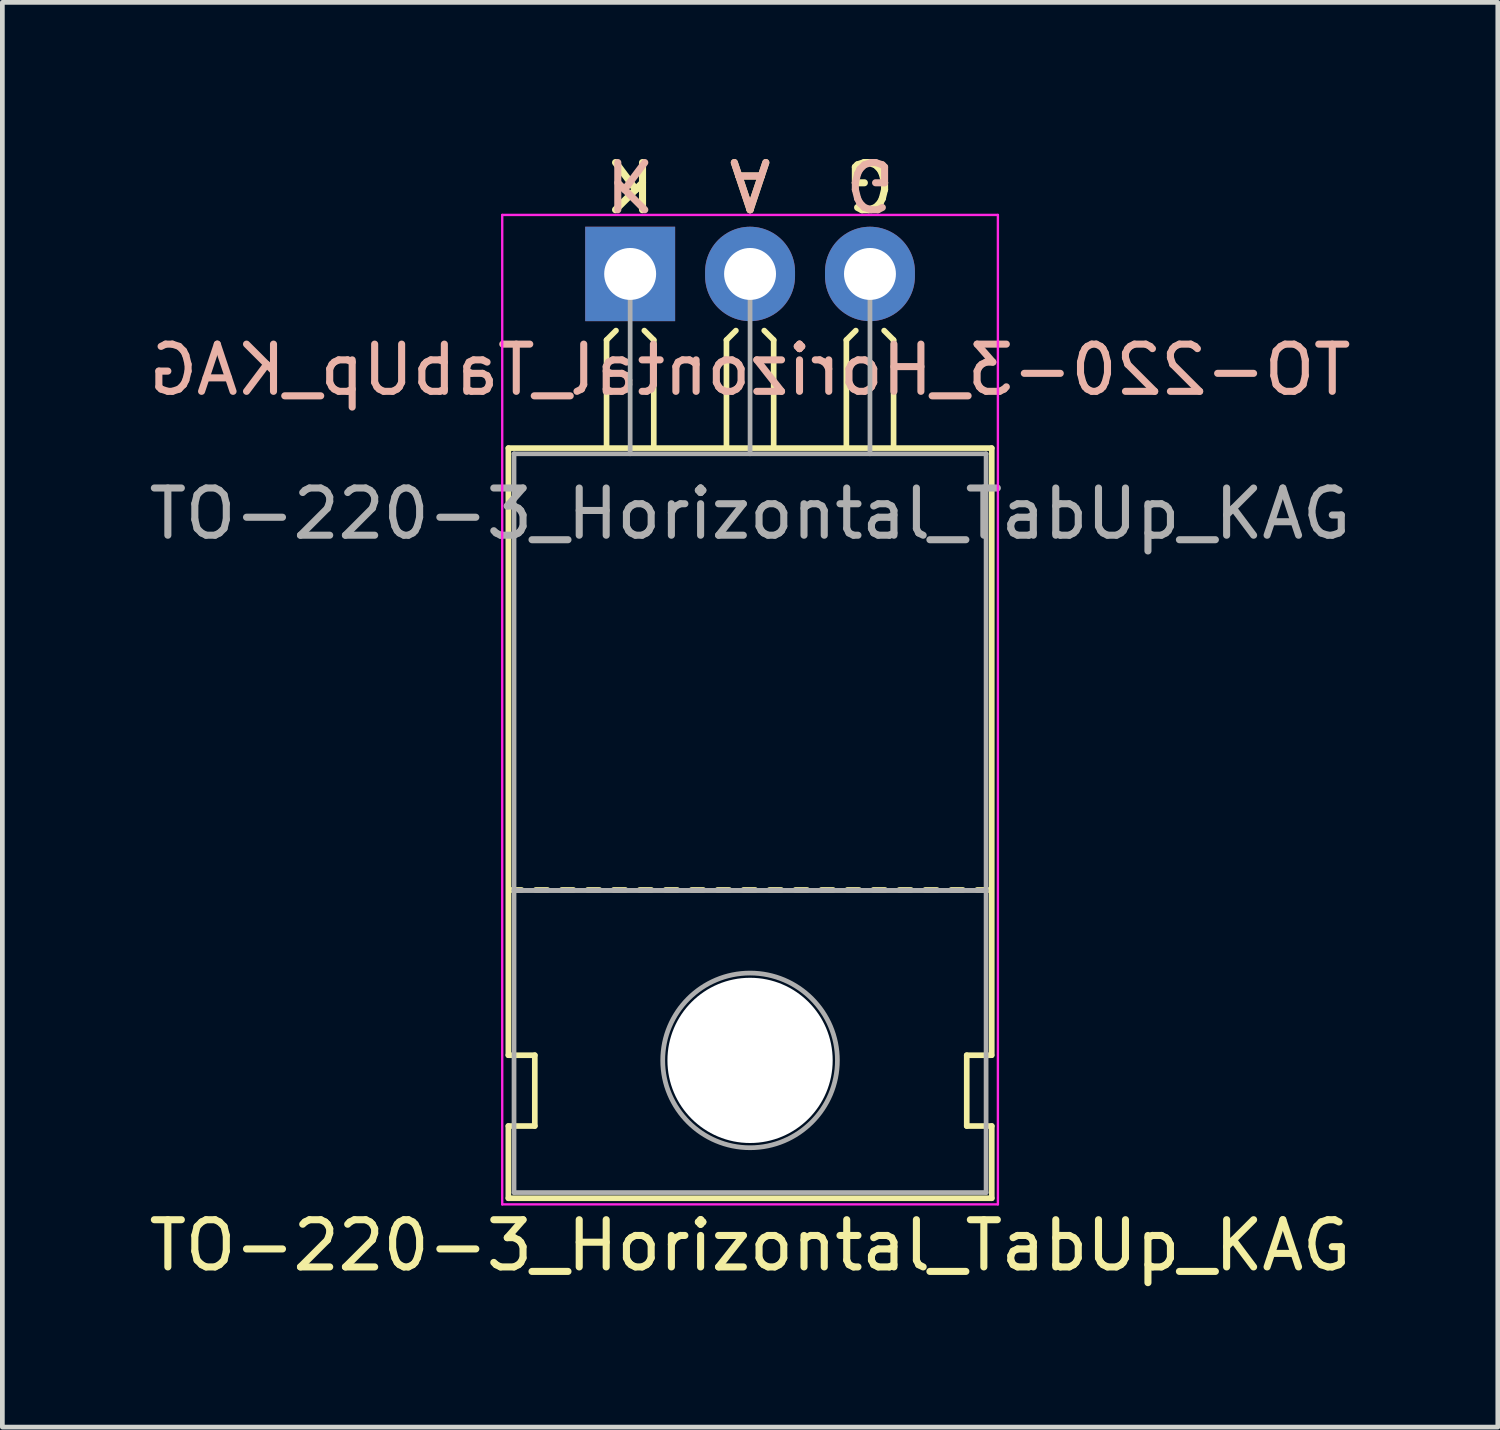
<source format=kicad_pcb>
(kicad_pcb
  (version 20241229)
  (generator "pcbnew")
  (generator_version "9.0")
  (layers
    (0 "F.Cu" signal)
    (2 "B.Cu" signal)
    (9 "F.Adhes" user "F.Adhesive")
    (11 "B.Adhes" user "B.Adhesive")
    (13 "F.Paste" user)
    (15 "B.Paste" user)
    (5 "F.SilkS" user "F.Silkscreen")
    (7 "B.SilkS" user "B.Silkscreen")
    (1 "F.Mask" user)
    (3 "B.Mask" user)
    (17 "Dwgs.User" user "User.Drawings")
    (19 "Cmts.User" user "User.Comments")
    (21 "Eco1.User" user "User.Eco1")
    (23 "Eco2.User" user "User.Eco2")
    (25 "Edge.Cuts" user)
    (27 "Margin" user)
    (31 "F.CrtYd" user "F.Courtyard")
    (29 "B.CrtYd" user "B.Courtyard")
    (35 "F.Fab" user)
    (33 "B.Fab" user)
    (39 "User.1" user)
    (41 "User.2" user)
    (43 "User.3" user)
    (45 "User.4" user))
  (footprint "TO-220-3_Horizontal_TabUp_KAG"
    (layer "F.Cu")
    (at 10.299 2.753)
    (property "Reference" "TO-220-3_Horizontal_TabUp_KAG" (at 2.54 20.58 0) (layer "F.SilkS") (effects (font (size 1 1) (thickness 0.15))))
    (fp_line (start -2.58 16.55) (end -2.58 3.69) (stroke (width 0.12) (type solid)) (layer "F.SilkS"))
    (fp_line (start -2.58 16.55) (end -2.02 16.55) (stroke (width 0.12) (type solid)) (layer "F.SilkS"))
    (fp_line (start -2.58 19.58) (end -2.58 18.05) (stroke (width 0.12) (type solid)) (layer "F.SilkS"))
    (fp_line (start -2.3 13.05) (end -2.55 13.05) (stroke (width 0.12) (type solid)) (layer "F.SilkS"))
    (fp_line (start -2.02 16.55) (end -2.02 18.05) (stroke (width 0.12) (type solid)) (layer "F.SilkS"))
    (fp_line (start -2.02 18.05) (end -2.58 18.05) (stroke (width 0.12) (type solid)) (layer "F.SilkS"))
    (fp_line (start -1.75 13.05) (end -2 13.05) (stroke (width 0.12) (type solid)) (layer "F.SilkS"))
    (fp_line (start -1.2 13.05) (end -1.45 13.05) (stroke (width 0.12) (type solid)) (layer "F.SilkS"))
    (fp_line (start -0.65 13.05) (end -0.9 13.05) (stroke (width 0.12) (type solid)) (layer "F.SilkS"))
    (fp_line (start -0.5 1.4) (end -0.3 1.2) (stroke (width 0.12) (type solid)) (layer "F.SilkS"))
    (fp_line (start -0.5 3.65) (end -0.5 1.4) (stroke (width 0.12) (type solid)) (layer "F.SilkS"))
    (fp_line (start -0.1 13.05) (end -0.35 13.05) (stroke (width 0.12) (type solid)) (layer "F.SilkS"))
    (fp_line (start 0.45 13.05) (end 0.2 13.05) (stroke (width 0.12) (type solid)) (layer "F.SilkS"))
    (fp_line (start 0.5 1.4) (end 0.3 1.2) (stroke (width 0.12) (type solid)) (layer "F.SilkS"))
    (fp_line (start 0.5 3.65) (end 0.5 1.4) (stroke (width 0.12) (type solid)) (layer "F.SilkS"))
    (fp_line (start 1 13.05) (end 0.75 13.05) (stroke (width 0.12) (type solid)) (layer "F.SilkS"))
    (fp_line (start 1.55 13.05) (end 1.3 13.05) (stroke (width 0.12) (type solid)) (layer "F.SilkS"))
    (fp_line (start 2.04 1.4) (end 2.24 1.2) (stroke (width 0.12) (type solid)) (layer "F.SilkS"))
    (fp_line (start 2.04 3.65) (end 2.04 1.4) (stroke (width 0.12) (type solid)) (layer "F.SilkS"))
    (fp_line (start 2.1 13.05) (end 1.85 13.05) (stroke (width 0.12) (type solid)) (layer "F.SilkS"))
    (fp_line (start 2.65 13.05) (end 2.4 13.05) (stroke (width 0.12) (type solid)) (layer "F.SilkS"))
    (fp_line (start 3.04 1.4) (end 2.84 1.2) (stroke (width 0.12) (type solid)) (layer "F.SilkS"))
    (fp_line (start 3.04 3.65) (end 3.04 1.4) (stroke (width 0.12) (type solid)) (layer "F.SilkS"))
    (fp_line (start 3.2 13.05) (end 2.95 13.05) (stroke (width 0.12) (type solid)) (layer "F.SilkS"))
    (fp_line (start 3.75 13.05) (end 3.5 13.05) (stroke (width 0.12) (type solid)) (layer "F.SilkS"))
    (fp_line (start 4.3 13.05) (end 4.05 13.05) (stroke (width 0.12) (type solid)) (layer "F.SilkS"))
    (fp_line (start 4.58 1.4) (end 4.78 1.2) (stroke (width 0.12) (type solid)) (layer "F.SilkS"))
    (fp_line (start 4.58 3.65) (end 4.58 1.4) (stroke (width 0.12) (type solid)) (layer "F.SilkS"))
    (fp_line (start 4.85 13.05) (end 4.6 13.05) (stroke (width 0.12) (type solid)) (layer "F.SilkS"))
    (fp_line (start 5.4 13.05) (end 5.15 13.05) (stroke (width 0.12) (type solid)) (layer "F.SilkS"))
    (fp_line (start 5.58 1.4) (end 5.38 1.2) (stroke (width 0.12) (type solid)) (layer "F.SilkS"))
    (fp_line (start 5.58 3.65) (end 5.58 1.4) (stroke (width 0.12) (type solid)) (layer "F.SilkS"))
    (fp_line (start 5.95 13.05) (end 5.7 13.05) (stroke (width 0.12) (type solid)) (layer "F.SilkS"))
    (fp_line (start 6.5 13.05) (end 6.25 13.05) (stroke (width 0.12) (type solid)) (layer "F.SilkS"))
    (fp_line (start 7.05 13.05) (end 6.8 13.05) (stroke (width 0.12) (type solid)) (layer "F.SilkS"))
    (fp_line (start 7.13 16.55) (end 7.655 16.55) (stroke (width 0.12) (type solid)) (layer "F.SilkS"))
    (fp_line (start 7.13 18.05) (end 7.13 16.55) (stroke (width 0.12) (type solid)) (layer "F.SilkS"))
    (fp_line (start 7.6 13.05) (end 7.35 13.05) (stroke (width 0.12) (type solid)) (layer "F.SilkS"))
    (fp_line (start 7.66 3.69) (end -2.58 3.69) (stroke (width 0.12) (type solid)) (layer "F.SilkS"))
    (fp_line (start 7.66 16.55) (end 7.66 3.69) (stroke (width 0.12) (type solid)) (layer "F.SilkS"))
    (fp_line (start 7.66 18.05) (end 7.13 18.05) (stroke (width 0.12) (type solid)) (layer "F.SilkS"))
    (fp_line (start 7.66 19.58) (end -2.58 19.58) (stroke (width 0.12) (type solid)) (layer "F.SilkS"))
    (fp_line (start 7.66 19.58) (end 7.66 18.05) (stroke (width 0.12) (type solid)) (layer "F.SilkS"))
    (fp_line (start -2.71 -1.25) (end -2.71 19.71) (stroke (width 0.05) (type solid)) (layer "F.CrtYd"))
    (fp_line (start -2.71 19.71) (end 7.79 19.71) (stroke (width 0.05) (type solid)) (layer "F.CrtYd"))
    (fp_line (start 7.79 -1.25) (end -2.71 -1.25) (stroke (width 0.05) (type solid)) (layer "F.CrtYd"))
    (fp_line (start 7.79 19.71) (end 7.79 -1.25) (stroke (width 0.05) (type solid)) (layer "F.CrtYd"))
    (fp_line (start -2.46 3.81) (end -2.46 13.06) (stroke (width 0.1) (type solid)) (layer "F.Fab"))
    (fp_line (start -2.46 13.06) (end -2.46 19.46) (stroke (width 0.1) (type solid)) (layer "F.Fab"))
    (fp_line (start -2.46 13.06) (end 7.54 13.06) (stroke (width 0.1) (type solid)) (layer "F.Fab"))
    (fp_line (start -2.46 19.46) (end 7.54 19.46) (stroke (width 0.1) (type solid)) (layer "F.Fab"))
    (fp_line (start 0 3.81) (end 0 0) (stroke (width 0.1) (type solid)) (layer "F.Fab"))
    (fp_line (start 2.54 3.81) (end 2.54 0) (stroke (width 0.1) (type solid)) (layer "F.Fab"))
    (fp_line (start 5.08 3.81) (end 5.08 0) (stroke (width 0.1) (type solid)) (layer "F.Fab"))
    (fp_line (start 7.54 3.81) (end -2.46 3.81) (stroke (width 0.1) (type solid)) (layer "F.Fab"))
    (fp_line (start 7.54 13.06) (end -2.46 13.06) (stroke (width 0.1) (type solid)) (layer "F.Fab"))
    (fp_line (start 7.54 13.06) (end 7.54 3.81) (stroke (width 0.1) (type solid)) (layer "F.Fab"))
    (fp_line (start 7.54 19.46) (end 7.54 13.06) (stroke (width 0.1) (type solid)) (layer "F.Fab"))
    (fp_circle (center 2.54 16.66) (end 4.39 16.66) (stroke (width 0.1) (type solid)) (fill no) (layer "F.Fab"))
    (fp_text user "G" (at 5.08 -1.905 180) (unlocked yes) (layer "F.SilkS") (effects (font (size 1 1) (thickness 0.15))))
    (fp_text user "K" (at 0 -1.905 180) (unlocked yes) (layer "F.SilkS") (effects (font (size 1 1) (thickness 0.15))))
    (fp_text user "A" (at 2.54 -1.905 180) (unlocked yes) (layer "F.SilkS") (effects (font (size 1 1) (thickness 0.15))))
    (fp_text user "A" (at 2.54 -1.905 180) (unlocked yes) (layer "B.SilkS") (effects (font (size 1 1) (thickness 0.15)) (justify mirror)))
    (fp_text user "${REFERENCE}" (at 2.54 2.032 0) (layer "B.SilkS") (effects (font (size 1 1) (thickness 0.15)) (justify mirror)))
    (fp_text user "K" (at 0 -1.905 180) (unlocked yes) (layer "B.SilkS") (effects (font (size 1 1) (thickness 0.15)) (justify mirror)))
    (fp_text user "G" (at 5.08 -1.905 180) (unlocked yes) (layer "B.SilkS") (effects (font (size 1 1) (thickness 0.15)) (justify mirror)))
    (fp_text user "${REFERENCE}" (at 2.54 5.08 0) (layer "F.Fab") (effects (font (size 1 1) (thickness 0.15))))
    (pad "" np_thru_hole oval (at 2.54 16.66) (size 3.5 3.5) (drill 3.5) (layers "*.Cu" "*.Mask"))
    (pad "1" thru_hole rect (at 0 0) (size 1.905 2) (drill 1.1) (layers "*.Cu" "*.Mask"))
    (pad "2" thru_hole oval (at 2.54 0) (size 1.905 2) (drill 1.1) (layers "*.Cu" "*.Mask"))
    (pad "3" thru_hole oval (at 5.08 0) (size 1.905 2) (drill 1.1) (layers "*.Cu" "*.Mask")))
  (gr_rect
    (start -3 -3)
    (end 28.679 27.181)
    (stroke (width 0.1) (type default))
    (fill no)
    (layer "Edge.Cuts")))
</source>
